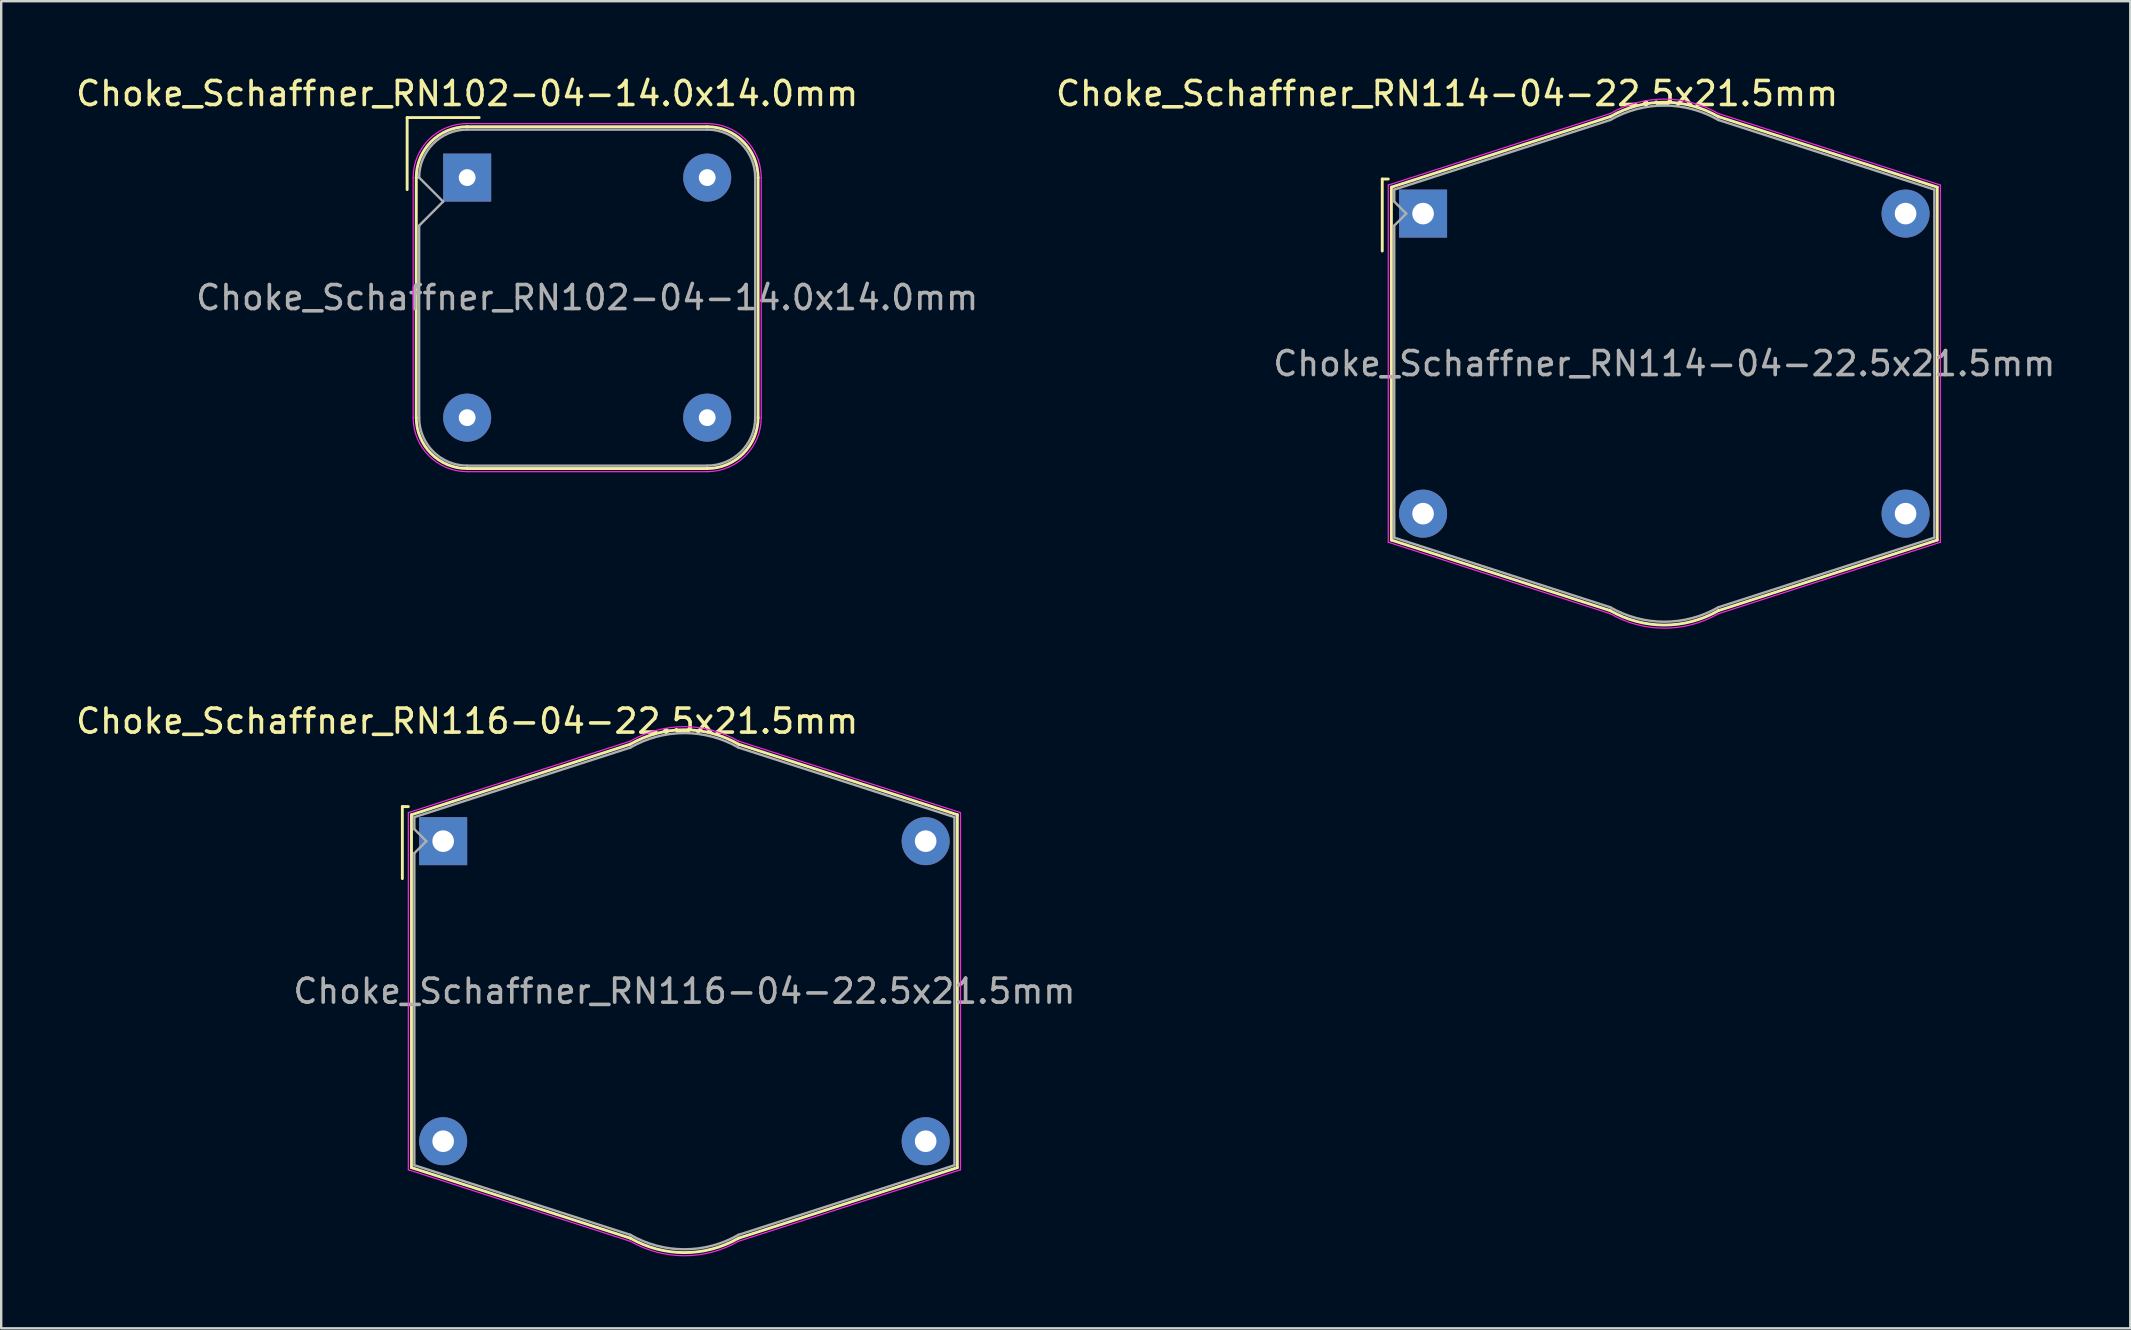
<source format=kicad_pcb>
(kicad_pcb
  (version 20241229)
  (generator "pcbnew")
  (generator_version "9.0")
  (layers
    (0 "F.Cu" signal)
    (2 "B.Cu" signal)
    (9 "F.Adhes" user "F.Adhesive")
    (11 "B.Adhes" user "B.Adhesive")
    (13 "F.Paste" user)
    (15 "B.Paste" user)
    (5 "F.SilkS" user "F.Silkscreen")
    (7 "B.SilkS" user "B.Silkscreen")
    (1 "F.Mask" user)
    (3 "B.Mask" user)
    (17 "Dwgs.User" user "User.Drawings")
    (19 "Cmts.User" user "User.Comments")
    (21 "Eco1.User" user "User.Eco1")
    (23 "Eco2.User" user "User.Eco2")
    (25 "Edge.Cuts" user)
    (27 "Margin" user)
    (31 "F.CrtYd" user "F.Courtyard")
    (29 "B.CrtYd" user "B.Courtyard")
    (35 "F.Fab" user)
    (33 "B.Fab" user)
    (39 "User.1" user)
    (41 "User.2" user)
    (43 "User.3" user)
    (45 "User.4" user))
  (footprint "Choke_Schaffner_RN114-04-22.5x21.5mm"
    (layer "F.Cu")
    (at 56.232 5.848)
    (property "Reference" "Choke_Schaffner_RN114-04-22.5x21.5mm" (at 1 -5 0) (layer "F.SilkS") (effects (font (size 1 1) (thickness 0.15))))
    (attr through_hole)
    (fp_line (start -1.7 -1.44) (end -1.7 1.56) (stroke (width 0.12) (type solid)) (layer "F.SilkS"))
    (fp_line (start -1.7 -1.44) (end -1.45 -1.44) (stroke (width 0.12) (type solid)) (layer "F.SilkS"))
    (fp_line (start -1.32 -1.1) (end 7.8 -4.04) (stroke (width 0.12) (type solid)) (layer "F.SilkS"))
    (fp_line (start -1.32 13.6) (end -1.32 -1.1) (stroke (width 0.12) (type solid)) (layer "F.SilkS"))
    (fp_line (start 7.8 16.54) (end -1.32 13.6) (stroke (width 0.12) (type solid)) (layer "F.SilkS"))
    (fp_line (start 12.3 -4.04) (end 21.42 -1.1) (stroke (width 0.12) (type solid)) (layer "F.SilkS"))
    (fp_line (start 21.42 -1.1) (end 21.42 13.6) (stroke (width 0.12) (type solid)) (layer "F.SilkS"))
    (fp_line (start 21.42 13.6) (end 12.3 16.54) (stroke (width 0.12) (type solid)) (layer "F.SilkS"))
    (fp_arc (start 7.8 -4.04) (mid 10.061443 -4.63982) (end 12.31982 -4.028557) (stroke (width 0.12) (type solid)) (layer "F.SilkS"))
    (fp_arc (start 12.3 16.54) (mid 10.038557 17.13982) (end 7.78018 16.528557) (stroke (width 0.12) (type solid)) (layer "F.SilkS"))
    (fp_line (start -1.45 -1.19) (end 7.8 -4.17) (stroke (width 0.05) (type solid)) (layer "F.CrtYd"))
    (fp_line (start -1.45 13.69) (end -1.45 -1.19) (stroke (width 0.05) (type solid)) (layer "F.CrtYd"))
    (fp_line (start 7.8 16.67) (end -1.45 13.69) (stroke (width 0.05) (type solid)) (layer "F.CrtYd"))
    (fp_line (start 12.3 -4.17) (end 21.55 -1.19) (stroke (width 0.05) (type solid)) (layer "F.CrtYd"))
    (fp_line (start 21.55 -1.19) (end 21.55 13.69) (stroke (width 0.05) (type solid)) (layer "F.CrtYd"))
    (fp_line (start 21.55 13.69) (end 12.3 16.67) (stroke (width 0.05) (type solid)) (layer "F.CrtYd"))
    (fp_arc (start 7.8 -4.17) (mid 10.061443 -4.76982) (end 12.31982 -4.158557) (stroke (width 0.05) (type solid)) (layer "F.CrtYd"))
    (fp_arc (start 12.3 16.67) (mid 10.038557 17.26982) (end 7.78018 16.658557) (stroke (width 0.05) (type solid)) (layer "F.CrtYd"))
    (fp_line (start -1.2 -1) (end 7.8 -3.9) (stroke (width 0.1) (type solid)) (layer "F.Fab"))
    (fp_line (start -1.2 -0.5) (end -1.2 -1) (stroke (width 0.1) (type solid)) (layer "F.Fab"))
    (fp_line (start -1.2 0.5) (end -0.7 0) (stroke (width 0.1) (type solid)) (layer "F.Fab"))
    (fp_line (start -1.2 13.5) (end -1.2 0.5) (stroke (width 0.1) (type solid)) (layer "F.Fab"))
    (fp_line (start -0.7 0) (end -1.2 -0.5) (stroke (width 0.1) (type solid)) (layer "F.Fab"))
    (fp_line (start 7.8 16.4) (end -1.2 13.5) (stroke (width 0.1) (type solid)) (layer "F.Fab"))
    (fp_line (start 12.3 -3.9) (end 21.3 -1) (stroke (width 0.1) (type solid)) (layer "F.Fab"))
    (fp_line (start 21.3 -1) (end 21.3 13.5) (stroke (width 0.1) (type solid)) (layer "F.Fab"))
    (fp_line (start 21.3 13.5) (end 12.3 16.4) (stroke (width 0.1) (type solid)) (layer "F.Fab"))
    (fp_arc (start 7.8 -3.9) (mid 10.051443 -4.502499) (end 12.302499 -3.898557) (stroke (width 0.1) (type solid)) (layer "F.Fab"))
    (fp_arc (start 12.3 16.4) (mid 10.048557 17.002499) (end 7.797501 16.398557) (stroke (width 0.1) (type solid)) (layer "F.Fab"))
    (fp_text user "${REFERENCE}" (at 10.05 6.25 0) (layer "F.Fab") (effects (font (size 1 1) (thickness 0.15))))
    (pad "1" thru_hole rect (at 0 0) (size 2 2) (drill 0.9) (layers "*.Cu" "*.Mask"))
    (pad "2" thru_hole circle (at 20.1 0) (size 2 2) (drill 0.9) (layers "*.Cu" "*.Mask"))
    (pad "3" thru_hole circle (at 0 12.5) (size 2 2) (drill 0.9) (layers "*.Cu" "*.Mask"))
    (pad "4" thru_hole circle (at 20.1 12.5) (size 2 2) (drill 0.9) (layers "*.Cu" "*.Mask")))
  (footprint "Choke_Schaffner_RN116-04-22.5x21.5mm"
    (layer "F.Cu")
    (at 15.411 31.991)
    (property "Reference" "Choke_Schaffner_RN116-04-22.5x21.5mm" (at 1 -5 0) (layer "F.SilkS") (effects (font (size 1 1) (thickness 0.15))))
    (attr through_hole)
    (fp_line (start -1.7 -1.44) (end -1.7 1.56) (stroke (width 0.12) (type solid)) (layer "F.SilkS"))
    (fp_line (start -1.7 -1.44) (end -1.45 -1.44) (stroke (width 0.12) (type solid)) (layer "F.SilkS"))
    (fp_line (start -1.32 -1.1) (end 7.8 -4.04) (stroke (width 0.12) (type solid)) (layer "F.SilkS"))
    (fp_line (start -1.32 13.6) (end -1.32 -1.1) (stroke (width 0.12) (type solid)) (layer "F.SilkS"))
    (fp_line (start 7.8 16.54) (end -1.32 13.6) (stroke (width 0.12) (type solid)) (layer "F.SilkS"))
    (fp_line (start 12.3 -4.04) (end 21.42 -1.1) (stroke (width 0.12) (type solid)) (layer "F.SilkS"))
    (fp_line (start 21.42 -1.1) (end 21.42 13.6) (stroke (width 0.12) (type solid)) (layer "F.SilkS"))
    (fp_line (start 21.42 13.6) (end 12.3 16.54) (stroke (width 0.12) (type solid)) (layer "F.SilkS"))
    (fp_arc (start 7.8 -4.04) (mid 10.061443 -4.63982) (end 12.31982 -4.028557) (stroke (width 0.12) (type solid)) (layer "F.SilkS"))
    (fp_arc (start 12.3 16.54) (mid 10.038557 17.13982) (end 7.78018 16.528557) (stroke (width 0.12) (type solid)) (layer "F.SilkS"))
    (fp_line (start -1.45 -1.19) (end 7.8 -4.17) (stroke (width 0.05) (type solid)) (layer "F.CrtYd"))
    (fp_line (start -1.45 13.69) (end -1.45 -1.19) (stroke (width 0.05) (type solid)) (layer "F.CrtYd"))
    (fp_line (start 7.8 16.67) (end -1.45 13.69) (stroke (width 0.05) (type solid)) (layer "F.CrtYd"))
    (fp_line (start 12.3 -4.17) (end 21.55 -1.19) (stroke (width 0.05) (type solid)) (layer "F.CrtYd"))
    (fp_line (start 21.55 -1.19) (end 21.55 13.69) (stroke (width 0.05) (type solid)) (layer "F.CrtYd"))
    (fp_line (start 21.55 13.69) (end 12.3 16.67) (stroke (width 0.05) (type solid)) (layer "F.CrtYd"))
    (fp_arc (start 7.8 -4.17) (mid 10.061443 -4.76982) (end 12.31982 -4.158557) (stroke (width 0.05) (type solid)) (layer "F.CrtYd"))
    (fp_arc (start 12.3 16.67) (mid 10.038557 17.26982) (end 7.78018 16.658557) (stroke (width 0.05) (type solid)) (layer "F.CrtYd"))
    (fp_line (start -1.2 -1) (end 7.8 -3.9) (stroke (width 0.1) (type solid)) (layer "F.Fab"))
    (fp_line (start -1.2 -0.5) (end -1.2 -1) (stroke (width 0.1) (type solid)) (layer "F.Fab"))
    (fp_line (start -1.2 0.5) (end -0.7 0) (stroke (width 0.1) (type solid)) (layer "F.Fab"))
    (fp_line (start -1.2 13.5) (end -1.2 0.5) (stroke (width 0.1) (type solid)) (layer "F.Fab"))
    (fp_line (start -0.7 0) (end -1.2 -0.5) (stroke (width 0.1) (type solid)) (layer "F.Fab"))
    (fp_line (start 7.8 16.4) (end -1.2 13.5) (stroke (width 0.1) (type solid)) (layer "F.Fab"))
    (fp_line (start 12.3 -3.9) (end 21.3 -1) (stroke (width 0.1) (type solid)) (layer "F.Fab"))
    (fp_line (start 21.3 -1) (end 21.3 13.5) (stroke (width 0.1) (type solid)) (layer "F.Fab"))
    (fp_line (start 21.3 13.5) (end 12.3 16.4) (stroke (width 0.1) (type solid)) (layer "F.Fab"))
    (fp_arc (start 7.8 -3.9) (mid 10.051443 -4.502499) (end 12.302499 -3.898557) (stroke (width 0.1) (type solid)) (layer "F.Fab"))
    (fp_arc (start 12.3 16.4) (mid 10.048557 17.002499) (end 7.797501 16.398557) (stroke (width 0.1) (type solid)) (layer "F.Fab"))
    (fp_text user "${REFERENCE}" (at 10.05 6.25 0) (layer "F.Fab") (effects (font (size 1 1) (thickness 0.15))))
    (pad "1" thru_hole rect (at 0 0) (size 2 2) (drill 0.9) (layers "*.Cu" "*.Mask"))
    (pad "2" thru_hole circle (at 20.1 0) (size 2 2) (drill 0.9) (layers "*.Cu" "*.Mask"))
    (pad "3" thru_hole circle (at 0 12.5) (size 2 2) (drill 0.9) (layers "*.Cu" "*.Mask"))
    (pad "4" thru_hole circle (at 20.1 12.5) (size 2 2) (drill 0.9) (layers "*.Cu" "*.Mask")))
  (footprint "Choke_Schaffner_RN102-04-14.0x14.0mm"
    (layer "F.Cu")
    (at 16.411 4.348)
    (property "Reference" "Choke_Schaffner_RN102-04-14.0x14.0mm" (at 0 -3.5 0) (layer "F.SilkS") (effects (font (size 1 1) (thickness 0.15))))
    (attr through_hole)
    (fp_line (start -2.5 -2.5) (end -2.5 0.5) (stroke (width 0.12) (type solid)) (layer "F.SilkS"))
    (fp_line (start -2.5 -2.5) (end 0.5 -2.5) (stroke (width 0.12) (type solid)) (layer "F.SilkS"))
    (fp_line (start -2.12 10) (end -2.12 0) (stroke (width 0.12) (type solid)) (layer "F.SilkS"))
    (fp_line (start 0 -2.12) (end 10 -2.12) (stroke (width 0.12) (type solid)) (layer "F.SilkS"))
    (fp_line (start 10 12.12) (end 0 12.12) (stroke (width 0.12) (type solid)) (layer "F.SilkS"))
    (fp_line (start 12.12 0) (end 12.12 10) (stroke (width 0.12) (type solid)) (layer "F.SilkS"))
    (fp_arc (start -2.12 0) (mid -1.499066 -1.499066) (end 0 -2.12) (stroke (width 0.12) (type solid)) (layer "F.SilkS"))
    (fp_arc (start 0 12.12) (mid -1.499066 11.499066) (end -2.12 10) (stroke (width 0.12) (type solid)) (layer "F.SilkS"))
    (fp_arc (start 10 -2.12) (mid 11.499066 -1.499066) (end 12.12 0) (stroke (width 0.12) (type solid)) (layer "F.SilkS"))
    (fp_arc (start 12.12 10) (mid 11.499066 11.499066) (end 10 12.12) (stroke (width 0.12) (type solid)) (layer "F.SilkS"))
    (fp_line (start -2.25 10) (end -2.25 0) (stroke (width 0.05) (type solid)) (layer "F.CrtYd"))
    (fp_line (start 0 -2.25) (end 10 -2.25) (stroke (width 0.05) (type solid)) (layer "F.CrtYd"))
    (fp_line (start 10 12.25) (end 0 12.25) (stroke (width 0.05) (type solid)) (layer "F.CrtYd"))
    (fp_line (start 12.25 0) (end 12.25 10) (stroke (width 0.05) (type solid)) (layer "F.CrtYd"))
    (fp_arc (start -2.25 0) (mid -1.59099 -1.59099) (end 0 -2.25) (stroke (width 0.05) (type solid)) (layer "F.CrtYd"))
    (fp_arc (start 0 12.25) (mid -1.59099 11.59099) (end -2.25 10) (stroke (width 0.05) (type solid)) (layer "F.CrtYd"))
    (fp_arc (start 10 -2.25) (mid 11.59099 -1.59099) (end 12.25 0) (stroke (width 0.05) (type solid)) (layer "F.CrtYd"))
    (fp_arc (start 12.25 10) (mid 11.59099 11.59099) (end 10 12.25) (stroke (width 0.05) (type solid)) (layer "F.CrtYd"))
    (fp_line (start -2 2) (end -1 1) (stroke (width 0.1) (type solid)) (layer "F.Fab"))
    (fp_line (start -2 10) (end -2 2) (stroke (width 0.1) (type solid)) (layer "F.Fab"))
    (fp_line (start -1 1) (end -2 0) (stroke (width 0.1) (type solid)) (layer "F.Fab"))
    (fp_line (start 0 -2) (end 10 -2) (stroke (width 0.1) (type solid)) (layer "F.Fab"))
    (fp_line (start 10 12) (end 0 12) (stroke (width 0.1) (type solid)) (layer "F.Fab"))
    (fp_line (start 12 0) (end 12 10) (stroke (width 0.1) (type solid)) (layer "F.Fab"))
    (fp_arc (start -2 0) (mid -1.414214 -1.414214) (end 0 -2) (stroke (width 0.1) (type solid)) (layer "F.Fab"))
    (fp_arc (start 0 12) (mid -1.414214 11.414214) (end -2 10) (stroke (width 0.1) (type solid)) (layer "F.Fab"))
    (fp_arc (start 10 -2) (mid 11.414214 -1.414214) (end 12 0) (stroke (width 0.1) (type solid)) (layer "F.Fab"))
    (fp_arc (start 12 10) (mid 11.414214 11.414214) (end 10 12) (stroke (width 0.1) (type solid)) (layer "F.Fab"))
    (fp_text user "${REFERENCE}" (at 5 5 0) (layer "F.Fab") (effects (font (size 1 1) (thickness 0.15))))
    (pad "1" thru_hole rect (at 0 0) (size 2 2) (drill 0.7) (layers "*.Cu" "*.Mask"))
    (pad "2" thru_hole circle (at 10 0) (size 2 2) (drill 0.7) (layers "*.Cu" "*.Mask"))
    (pad "3" thru_hole circle (at 0 10) (size 2 2) (drill 0.7) (layers "*.Cu" "*.Mask"))
    (pad "4" thru_hole circle (at 10 10) (size 2 2) (drill 0.7) (layers "*.Cu" "*.Mask")))
  (gr_rect
    (start -3 -3)
    (end 85.693 52.286)
    (stroke (width 0.1) (type default))
    (fill no)
    (layer "Edge.Cuts")))
</source>
